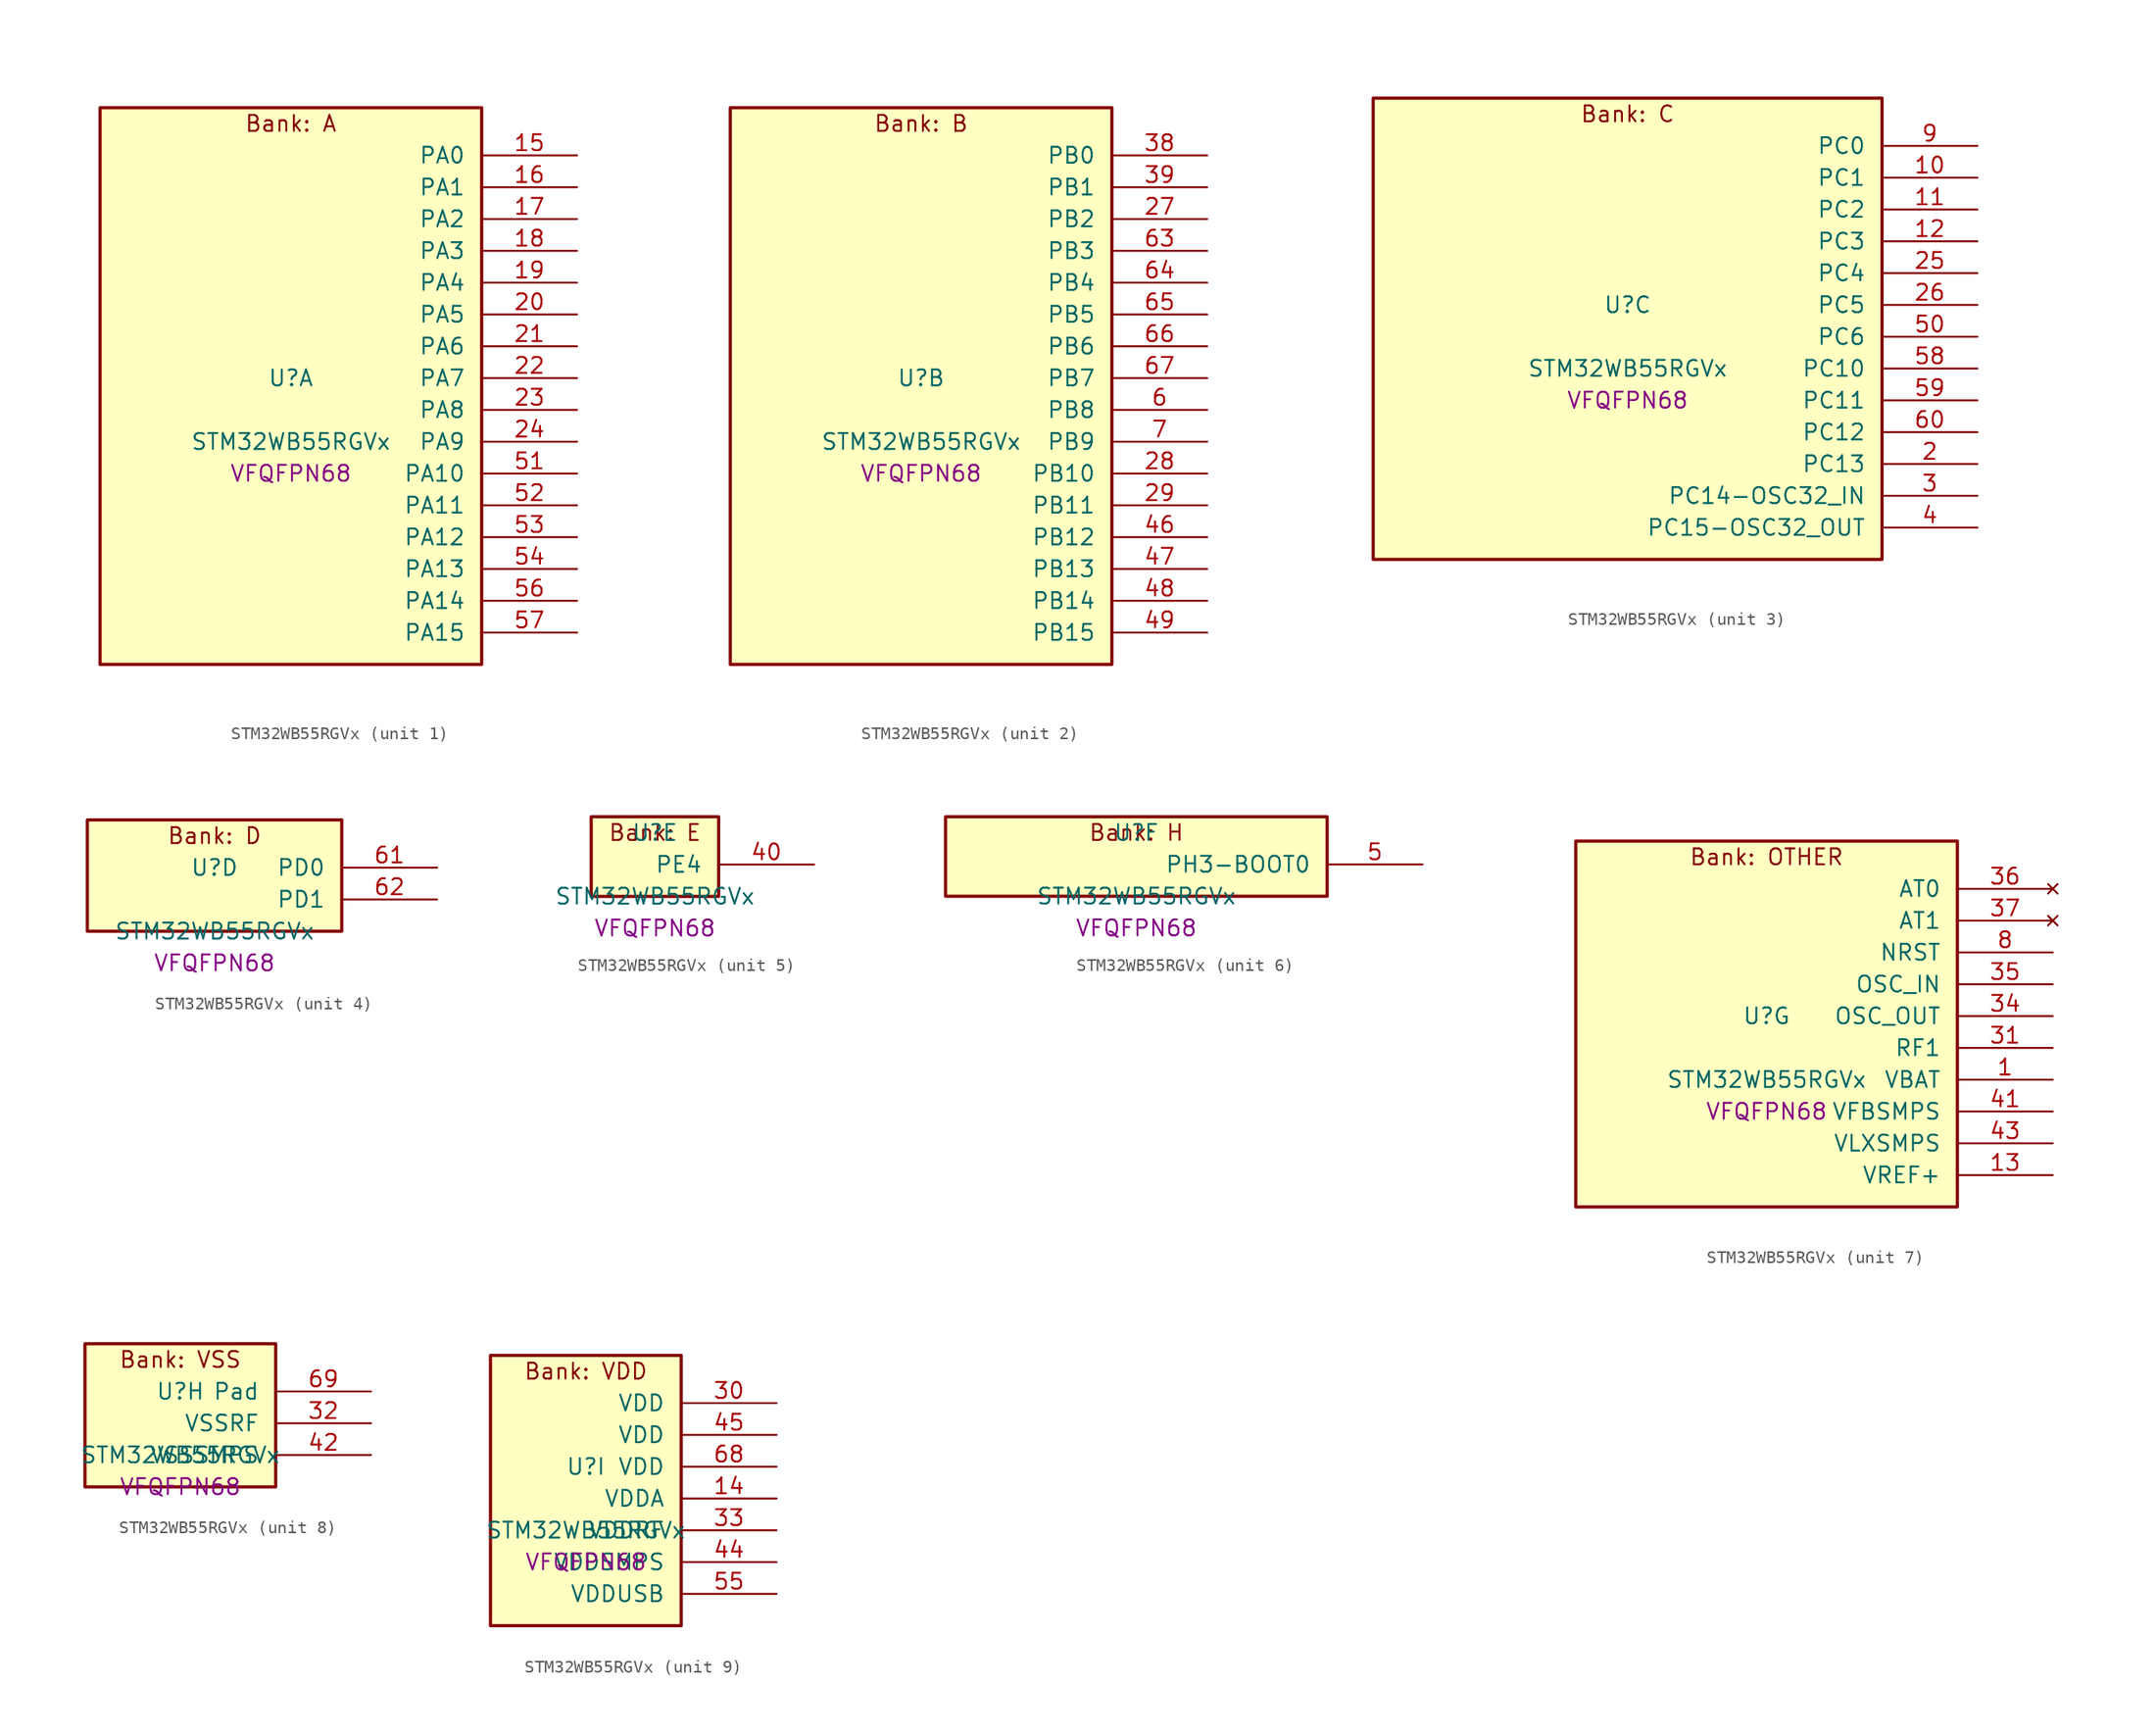
<source format=kicad_sym>
(kicad_symbol_lib
  (version 20241209)
  (generator "stm32_pkl_generator")
  (generator_version "1.0")
  (symbol "STM32WB55RGVx"
    (pin_names
      (offset 1.27))
    (property "Reference" "U"
      (at 0 2.54 0))
    (property "Value" "STM32WB55RGVx"
      (at 0 -2.54 0))
    (property "Footprint" "VFQFPN68"
      (at 0 -5.08 0))
    (symbol "STM32WB55RGVx_1_1"
      (rectangle (start -15.24 24.13) (end 15.24 -20.32) (stroke (width 0.254) (type solid)) (fill (type background)))
      (text "Bank: A" (at 0 22.86 0))
      (pin bidirectional line (at 22.86 20.32 180) (length 7.62) (name "PA0") (number "15") (alternate "PA0/ADC1_IN5" bidirectional line) (alternate "PA0/COMP1_INM" bidirectional line) (alternate "PA0/COMP1_OUT" bidirectional line) (alternate "PA0/RTC_TAMP2" bidirectional line) (alternate "PA0/SAI1_EXTCLK" bidirectional line) (alternate "PA0/SYS_WKUP1" bidirectional line) (alternate "PA0/TIM2_CH1" bidirectional line) (alternate "PA0/TIM2_ETR" bidirectional line))
      (pin bidirectional line (at 22.86 17.78 180) (length 7.62) (name "PA1") (number "16") (alternate "PA1/ADC1_IN6" bidirectional line) (alternate "PA1/COMP1_INP" bidirectional line) (alternate "PA1/I2C1_SMBA" bidirectional line) (alternate "PA1/LCD_SEG0" bidirectional line) (alternate "PA1/SPI1_SCK" bidirectional line) (alternate "PA1/TIM2_CH2" bidirectional line))
      (pin bidirectional line (at 22.86 15.24 180) (length 7.62) (name "PA2") (number "17") (alternate "PA2/ADC1_IN7" bidirectional line) (alternate "PA2/COMP2_INM" bidirectional line) (alternate "PA2/COMP2_OUT" bidirectional line) (alternate "PA2/LCD_SEG1" bidirectional line) (alternate "PA2/LPUART1_TX" bidirectional line) (alternate "PA2/QUADSPI_BK1_NCS" bidirectional line) (alternate "PA2/RCC_LSCO" bidirectional line) (alternate "PA2/SYS_WKUP4" bidirectional line) (alternate "PA2/TIM2_CH3" bidirectional line))
      (pin bidirectional line (at 22.86 12.7 180) (length 7.62) (name "PA3") (number "18") (alternate "PA3/ADC1_IN8" bidirectional line) (alternate "PA3/COMP2_INP" bidirectional line) (alternate "PA3/LCD_SEG2" bidirectional line) (alternate "PA3/LPUART1_RX" bidirectional line) (alternate "PA3/QUADSPI_CLK" bidirectional line) (alternate "PA3/SAI1_CK1" bidirectional line) (alternate "PA3/SAI1_MCLK_A" bidirectional line) (alternate "PA3/TIM2_CH4" bidirectional line))
      (pin bidirectional line (at 22.86 10.16 180) (length 7.62) (name "PA4") (number "19") (alternate "PA4/ADC1_IN9" bidirectional line) (alternate "PA4/COMP1_INM" bidirectional line) (alternate "PA4/COMP2_INM" bidirectional line) (alternate "PA4/LCD_SEG5" bidirectional line) (alternate "PA4/LPTIM2_OUT" bidirectional line) (alternate "PA4/SAI1_FS_B" bidirectional line) (alternate "PA4/SPI1_NSS" bidirectional line))
      (pin bidirectional line (at 22.86 7.62 180) (length 7.62) (name "PA5") (number "20") (alternate "PA5/ADC1_IN10" bidirectional line) (alternate "PA5/COMP1_INM" bidirectional line) (alternate "PA5/COMP2_INM" bidirectional line) (alternate "PA5/LPTIM2_ETR" bidirectional line) (alternate "PA5/SAI1_SD_B" bidirectional line) (alternate "PA5/SPI1_SCK" bidirectional line) (alternate "PA5/TIM2_CH1" bidirectional line) (alternate "PA5/TIM2_ETR" bidirectional line))
      (pin bidirectional line (at 22.86 5.08 180) (length 7.62) (name "PA6") (number "21") (alternate "PA6/ADC1_IN11" bidirectional line) (alternate "PA6/LCD_SEG3" bidirectional line) (alternate "PA6/LPUART1_CTS" bidirectional line) (alternate "PA6/QUADSPI_BK1_IO3" bidirectional line) (alternate "PA6/SPI1_MISO" bidirectional line) (alternate "PA6/TIM16_CH1" bidirectional line) (alternate "PA6/TIM1_BKIN" bidirectional line))
      (pin bidirectional line (at 22.86 2.54 180) (length 7.62) (name "PA7") (number "22") (alternate "PA7/ADC1_IN12" bidirectional line) (alternate "PA7/COMP2_OUT" bidirectional line) (alternate "PA7/I2C3_SCL" bidirectional line) (alternate "PA7/LCD_SEG4" bidirectional line) (alternate "PA7/QUADSPI_BK1_IO2" bidirectional line) (alternate "PA7/SPI1_MOSI" bidirectional line) (alternate "PA7/TIM17_CH1" bidirectional line) (alternate "PA7/TIM1_CH1N" bidirectional line))
      (pin bidirectional line (at 22.86 0 180) (length 7.62) (name "PA8") (number "23") (alternate "PA8/ADC1_IN15" bidirectional line) (alternate "PA8/LCD_COM0" bidirectional line) (alternate "PA8/LPTIM2_OUT" bidirectional line) (alternate "PA8/RCC_MCO" bidirectional line) (alternate "PA8/SAI1_CK2" bidirectional line) (alternate "PA8/SAI1_SCK_A" bidirectional line) (alternate "PA8/TIM1_CH1" bidirectional line) (alternate "PA8/USART1_CK" bidirectional line))
      (pin bidirectional line (at 22.86 -2.54 180) (length 7.62) (name "PA9") (number "24") (alternate "PA9/ADC1_IN16" bidirectional line) (alternate "PA9/COMP1_INM" bidirectional line) (alternate "PA9/I2C1_SCL" bidirectional line) (alternate "PA9/LCD_COM1" bidirectional line) (alternate "PA9/SAI1_D2" bidirectional line) (alternate "PA9/SAI1_FS_A" bidirectional line) (alternate "PA9/SPI2_SCK" bidirectional line) (alternate "PA9/TIM1_CH2" bidirectional line) (alternate "PA9/USART1_TX" bidirectional line))
      (pin bidirectional line (at 22.86 -5.08 180) (length 7.62) (name "PA10") (number "51") (alternate "PA10/CRS_SYNC" bidirectional line) (alternate "PA10/I2C1_SDA" bidirectional line) (alternate "PA10/LCD_COM2" bidirectional line) (alternate "PA10/SAI1_D1" bidirectional line) (alternate "PA10/SAI1_SD_A" bidirectional line) (alternate "PA10/TIM17_BKIN" bidirectional line) (alternate "PA10/TIM1_CH3" bidirectional line) (alternate "PA10/USART1_RX" bidirectional line))
      (pin bidirectional line (at 22.86 -7.62 180) (length 7.62) (name "PA11") (number "52") (alternate "PA11/ADC1_EXTI11" bidirectional line) (alternate "PA11/SPI1_MISO" bidirectional line) (alternate "PA11/TIM1_BKIN2" bidirectional line) (alternate "PA11/TIM1_CH4" bidirectional line) (alternate "PA11/USART1_CTS" bidirectional line) (alternate "PA11/USART1_NSS" bidirectional line) (alternate "PA11/USB_DM" bidirectional line))
      (pin bidirectional line (at 22.86 -10.16 180) (length 7.62) (name "PA12") (number "53") (alternate "PA12/LPUART1_RX" bidirectional line) (alternate "PA12/SPI1_MOSI" bidirectional line) (alternate "PA12/TIM1_ETR" bidirectional line) (alternate "PA12/USART1_DE" bidirectional line) (alternate "PA12/USART1_RTS" bidirectional line) (alternate "PA12/USB_DP" bidirectional line))
      (pin bidirectional line (at 22.86 -12.7 180) (length 7.62) (name "PA13") (number "54") (alternate "PA13/IR_OUT" bidirectional line) (alternate "PA13/SAI1_SD_B" bidirectional line) (alternate "PA13/SYS_JTMS-SWDIO" bidirectional line) (alternate "PA13/USB_NOE" bidirectional line))
      (pin bidirectional line (at 22.86 -15.24 180) (length 7.62) (name "PA14") (number "56") (alternate "PA14/I2C1_SMBA" bidirectional line) (alternate "PA14/LCD_SEG5" bidirectional line) (alternate "PA14/LPTIM1_OUT" bidirectional line) (alternate "PA14/SAI1_FS_B" bidirectional line) (alternate "PA14/SYS_JTCK-SWCLK" bidirectional line))
      (pin bidirectional line (at 22.86 -17.78 180) (length 7.62) (name "PA15") (number "57") (alternate "PA15/ADC1_EXTI15" bidirectional line) (alternate "PA15/LCD_SEG17" bidirectional line) (alternate "PA15/RCC_MCO" bidirectional line) (alternate "PA15/SPI1_NSS" bidirectional line) (alternate "PA15/SYS_JTDI" bidirectional line) (alternate "PA15/TIM2_CH1" bidirectional line) (alternate "PA15/TIM2_ETR" bidirectional line) (alternate "PA15/TSC_G3_IO1" bidirectional line)))
    (symbol "STM32WB55RGVx_2_1"
      (rectangle (start -15.24 24.13) (end 15.24 -20.32) (stroke (width 0.254) (type solid)) (fill (type background)))
      (text "Bank: B" (at 0 22.86 0))
      (pin bidirectional line (at 22.86 20.32 180) (length 7.62) (name "PB0") (number "38") (alternate "PB0/COMP1_OUT" bidirectional line) (alternate "PB0/RF_TX_MOD_EXT_PA" bidirectional line))
      (pin bidirectional line (at 22.86 17.78 180) (length 7.62) (name "PB1") (number "39") (alternate "PB1/LPTIM2_IN1" bidirectional line) (alternate "PB1/LPUART1_DE" bidirectional line) (alternate "PB1/LPUART1_RTS" bidirectional line))
      (pin bidirectional line (at 22.86 15.24 180) (length 7.62) (name "PB2") (number "27") (alternate "PB2/COMP1_INP" bidirectional line) (alternate "PB2/I2C3_SMBA" bidirectional line) (alternate "PB2/LCD_VLCD" bidirectional line) (alternate "PB2/LPTIM1_OUT" bidirectional line) (alternate "PB2/RTC_OUT2" bidirectional line) (alternate "PB2/SAI1_EXTCLK" bidirectional line) (alternate "PB2/SPI1_NSS" bidirectional line))
      (pin bidirectional line (at 22.86 12.7 180) (length 7.62) (name "PB3") (number "63") (alternate "PB3/COMP2_INM" bidirectional line) (alternate "PB3/LCD_SEG7" bidirectional line) (alternate "PB3/SAI1_SCK_B" bidirectional line) (alternate "PB3/SPI1_SCK" bidirectional line) (alternate "PB3/SYS_JTDO-SWO" bidirectional line) (alternate "PB3/TIM2_CH2" bidirectional line) (alternate "PB3/USART1_DE" bidirectional line) (alternate "PB3/USART1_RTS" bidirectional line))
      (pin bidirectional line (at 22.86 10.16 180) (length 7.62) (name "PB4") (number "64") (alternate "PB4/COMP2_INP" bidirectional line) (alternate "PB4/I2C3_SDA" bidirectional line) (alternate "PB4/LCD_SEG8" bidirectional line) (alternate "PB4/SAI1_MCLK_B" bidirectional line) (alternate "PB4/SPI1_MISO" bidirectional line) (alternate "PB4/SYS_JTRST" bidirectional line) (alternate "PB4/TIM17_BKIN" bidirectional line) (alternate "PB4/TSC_G2_IO1" bidirectional line) (alternate "PB4/USART1_CTS" bidirectional line) (alternate "PB4/USART1_NSS" bidirectional line))
      (pin bidirectional line (at 22.86 7.62 180) (length 7.62) (name "PB5") (number "65") (alternate "PB5/COMP2_OUT" bidirectional line) (alternate "PB5/I2C1_SMBA" bidirectional line) (alternate "PB5/LCD_SEG9" bidirectional line) (alternate "PB5/LPTIM1_IN1" bidirectional line) (alternate "PB5/LPUART1_TX" bidirectional line) (alternate "PB5/SAI1_SD_B" bidirectional line) (alternate "PB5/SPI1_MOSI" bidirectional line) (alternate "PB5/TIM16_BKIN" bidirectional line) (alternate "PB5/TSC_G2_IO2" bidirectional line) (alternate "PB5/USART1_CK" bidirectional line))
      (pin bidirectional line (at 22.86 5.08 180) (length 7.62) (name "PB6") (number "66") (alternate "PB6/COMP2_INP" bidirectional line) (alternate "PB6/I2C1_SCL" bidirectional line) (alternate "PB6/LCD_SEG6" bidirectional line) (alternate "PB6/LPTIM1_ETR" bidirectional line) (alternate "PB6/RCC_MCO" bidirectional line) (alternate "PB6/SAI1_FS_B" bidirectional line) (alternate "PB6/TIM16_CH1N" bidirectional line) (alternate "PB6/TSC_G2_IO3" bidirectional line) (alternate "PB6/USART1_TX" bidirectional line))
      (pin bidirectional line (at 22.86 2.54 180) (length 7.62) (name "PB7") (number "67") (alternate "PB7/COMP2_INM" bidirectional line) (alternate "PB7/I2C1_SDA" bidirectional line) (alternate "PB7/LCD_SEG21" bidirectional line) (alternate "PB7/LPTIM1_IN2" bidirectional line) (alternate "PB7/SYS_PVD_IN" bidirectional line) (alternate "PB7/TIM17_CH1N" bidirectional line) (alternate "PB7/TIM1_BKIN" bidirectional line) (alternate "PB7/TSC_G2_IO4" bidirectional line) (alternate "PB7/USART1_RX" bidirectional line))
      (pin bidirectional line (at 22.86 0 180) (length 7.62) (name "PB8") (number "6") (alternate "PB8/I2C1_SCL" bidirectional line) (alternate "PB8/LCD_SEG16" bidirectional line) (alternate "PB8/QUADSPI_BK1_IO1" bidirectional line) (alternate "PB8/SAI1_CK1" bidirectional line) (alternate "PB8/SAI1_MCLK_A" bidirectional line) (alternate "PB8/TIM16_CH1" bidirectional line) (alternate "PB8/TIM1_CH2N" bidirectional line))
      (pin bidirectional line (at 22.86 -2.54 180) (length 7.62) (name "PB9") (number "7") (alternate "PB9/I2C1_SDA" bidirectional line) (alternate "PB9/IR_OUT" bidirectional line) (alternate "PB9/LCD_COM3" bidirectional line) (alternate "PB9/QUADSPI_BK1_IO0" bidirectional line) (alternate "PB9/SAI1_D2" bidirectional line) (alternate "PB9/SAI1_FS_A" bidirectional line) (alternate "PB9/SPI2_NSS" bidirectional line) (alternate "PB9/TIM17_CH1" bidirectional line) (alternate "PB9/TIM1_CH3N" bidirectional line))
      (pin bidirectional line (at 22.86 -5.08 180) (length 7.62) (name "PB10") (number "28") (alternate "PB10/COMP1_OUT" bidirectional line) (alternate "PB10/I2C3_SCL" bidirectional line) (alternate "PB10/LCD_SEG10" bidirectional line) (alternate "PB10/LPUART1_RX" bidirectional line) (alternate "PB10/QUADSPI_CLK" bidirectional line) (alternate "PB10/SAI1_SCK_A" bidirectional line) (alternate "PB10/SPI2_SCK" bidirectional line) (alternate "PB10/TIM2_CH3" bidirectional line) (alternate "PB10/TSC_SYNC" bidirectional line))
      (pin bidirectional line (at 22.86 -7.62 180) (length 7.62) (name "PB11") (number "29") (alternate "PB11/ADC1_EXTI11" bidirectional line) (alternate "PB11/COMP2_OUT" bidirectional line) (alternate "PB11/I2C3_SDA" bidirectional line) (alternate "PB11/LCD_SEG11" bidirectional line) (alternate "PB11/LPUART1_TX" bidirectional line) (alternate "PB11/QUADSPI_BK1_NCS" bidirectional line) (alternate "PB11/TIM2_CH4" bidirectional line))
      (pin bidirectional line (at 22.86 -10.16 180) (length 7.62) (name "PB12") (number "46") (alternate "PB12/I2C3_SMBA" bidirectional line) (alternate "PB12/LCD_SEG12" bidirectional line) (alternate "PB12/LPUART1_DE" bidirectional line) (alternate "PB12/LPUART1_RTS" bidirectional line) (alternate "PB12/SAI1_FS_A" bidirectional line) (alternate "PB12/SPI2_NSS" bidirectional line) (alternate "PB12/TIM1_BKIN" bidirectional line) (alternate "PB12/TSC_G1_IO1" bidirectional line))
      (pin bidirectional line (at 22.86 -12.7 180) (length 7.62) (name "PB13") (number "47") (alternate "PB13/I2C3_SCL" bidirectional line) (alternate "PB13/LCD_SEG13" bidirectional line) (alternate "PB13/LPUART1_CTS" bidirectional line) (alternate "PB13/SAI1_SCK_A" bidirectional line) (alternate "PB13/SPI2_SCK" bidirectional line) (alternate "PB13/TIM1_CH1N" bidirectional line) (alternate "PB13/TSC_G1_IO2" bidirectional line))
      (pin bidirectional line (at 22.86 -15.24 180) (length 7.62) (name "PB14") (number "48") (alternate "PB14/I2C3_SDA" bidirectional line) (alternate "PB14/LCD_SEG14" bidirectional line) (alternate "PB14/SAI1_MCLK_A" bidirectional line) (alternate "PB14/SPI2_MISO" bidirectional line) (alternate "PB14/TIM1_CH2N" bidirectional line) (alternate "PB14/TSC_G1_IO3" bidirectional line))
      (pin bidirectional line (at 22.86 -17.78 180) (length 7.62) (name "PB15") (number "49") (alternate "PB15/ADC1_EXTI15" bidirectional line) (alternate "PB15/LCD_SEG15" bidirectional line) (alternate "PB15/RTC_REFIN" bidirectional line) (alternate "PB15/SAI1_SD_A" bidirectional line) (alternate "PB15/SPI2_MOSI" bidirectional line) (alternate "PB15/TIM1_CH3N" bidirectional line) (alternate "PB15/TSC_G1_IO4" bidirectional line)))
    (symbol "STM32WB55RGVx_3_1"
      (rectangle (start -20.32 19.05) (end 20.32 -17.78) (stroke (width 0.254) (type solid)) (fill (type background)))
      (text "Bank: C" (at 0 17.78 0))
      (pin bidirectional line (at 27.94 15.24 180) (length 7.62) (name "PC0") (number "9") (alternate "PC0/ADC1_IN1" bidirectional line) (alternate "PC0/I2C3_SCL" bidirectional line) (alternate "PC0/LCD_SEG18" bidirectional line) (alternate "PC0/LPTIM1_IN1" bidirectional line) (alternate "PC0/LPTIM2_IN1" bidirectional line) (alternate "PC0/LPUART1_RX" bidirectional line))
      (pin bidirectional line (at 27.94 12.7 180) (length 7.62) (name "PC1") (number "10") (alternate "PC1/ADC1_IN2" bidirectional line) (alternate "PC1/I2C3_SDA" bidirectional line) (alternate "PC1/LCD_SEG19" bidirectional line) (alternate "PC1/LPTIM1_OUT" bidirectional line) (alternate "PC1/LPUART1_TX" bidirectional line) (alternate "PC1/SPI2_MOSI" bidirectional line))
      (pin bidirectional line (at 27.94 10.16 180) (length 7.62) (name "PC2") (number "11") (alternate "PC2/ADC1_IN3" bidirectional line) (alternate "PC2/LCD_SEG20" bidirectional line) (alternate "PC2/LPTIM1_IN2" bidirectional line) (alternate "PC2/SPI2_MISO" bidirectional line))
      (pin bidirectional line (at 27.94 7.62 180) (length 7.62) (name "PC3") (number "12") (alternate "PC3/ADC1_IN4" bidirectional line) (alternate "PC3/LCD_VLCD" bidirectional line) (alternate "PC3/LPTIM1_ETR" bidirectional line) (alternate "PC3/LPTIM2_ETR" bidirectional line) (alternate "PC3/SAI1_D1" bidirectional line) (alternate "PC3/SAI1_SD_A" bidirectional line) (alternate "PC3/SPI2_MOSI" bidirectional line))
      (pin bidirectional line (at 27.94 5.08 180) (length 7.62) (name "PC4") (number "25") (alternate "PC4/ADC1_IN13" bidirectional line) (alternate "PC4/COMP1_INM" bidirectional line) (alternate "PC4/LCD_SEG22" bidirectional line))
      (pin bidirectional line (at 27.94 2.54 180) (length 7.62) (name "PC5") (number "26") (alternate "PC5/ADC1_IN14" bidirectional line) (alternate "PC5/COMP1_INP" bidirectional line) (alternate "PC5/LCD_SEG23" bidirectional line) (alternate "PC5/SAI1_D3" bidirectional line) (alternate "PC5/SYS_WKUP5" bidirectional line))
      (pin bidirectional line (at 27.94 0 180) (length 7.62) (name "PC6") (number "50") (alternate "PC6/LCD_SEG24" bidirectional line))
      (pin bidirectional line (at 27.94 -2.54 180) (length 7.62) (name "PC10") (number "58") (alternate "PC10/LCD_COM4" bidirectional line) (alternate "PC10/LCD_SEG28" bidirectional line) (alternate "PC10/LCD_SEG40" bidirectional line) (alternate "PC10/SYS_TRACED1" bidirectional line) (alternate "PC10/TSC_G3_IO2" bidirectional line))
      (pin bidirectional line (at 27.94 -5.08 180) (length 7.62) (name "PC11") (number "59") (alternate "PC11/ADC1_EXTI11" bidirectional line) (alternate "PC11/LCD_COM5" bidirectional line) (alternate "PC11/LCD_SEG29" bidirectional line) (alternate "PC11/LCD_SEG41" bidirectional line) (alternate "PC11/TSC_G3_IO3" bidirectional line))
      (pin bidirectional line (at 27.94 -7.62 180) (length 7.62) (name "PC12") (number "60") (alternate "PC12/LCD_COM6" bidirectional line) (alternate "PC12/LCD_SEG30" bidirectional line) (alternate "PC12/LCD_SEG42" bidirectional line) (alternate "PC12/RCC_LSCO" bidirectional line) (alternate "PC12/RTC_TAMP3" bidirectional line) (alternate "PC12/SYS_TRACED3" bidirectional line) (alternate "PC12/SYS_WKUP3" bidirectional line) (alternate "PC12/TSC_G3_IO4" bidirectional line))
      (pin bidirectional line (at 27.94 -10.16 180) (length 7.62) (name "PC13") (number "2") (alternate "PC13/RTC_OUT1" bidirectional line) (alternate "PC13/RTC_TAMP1" bidirectional line) (alternate "PC13/RTC_TS" bidirectional line) (alternate "PC13/SYS_WKUP2" bidirectional line))
      (pin bidirectional line (at 27.94 -12.7 180) (length 7.62) (name "PC14-OSC32_IN") (number "3") (alternate "PC14-OSC32_IN/RCC_OSC32_IN" bidirectional line))
      (pin bidirectional line (at 27.94 -15.24 180) (length 7.62) (name "PC15-OSC32_OUT") (number "4") (alternate "PC15-OSC32_OUT/ADC1_EXTI15" bidirectional line) (alternate "PC15-OSC32_OUT/RCC_OSC32_OUT" bidirectional line)))
    (symbol "STM32WB55RGVx_4_1"
      (rectangle (start -10.16 6.35) (end 10.16 -2.54) (stroke (width 0.254) (type solid)) (fill (type background)))
      (text "Bank: D" (at 0 5.08 0))
      (pin bidirectional line (at 17.78 2.54 180) (length 7.62) (name "PD0") (number "61") (alternate "PD0/SPI2_NSS" bidirectional line))
      (pin bidirectional line (at 17.78 0 180) (length 7.62) (name "PD1") (number "62") (alternate "PD1/SPI2_SCK" bidirectional line)))
    (symbol "STM32WB55RGVx_5_1"
      (rectangle (start -5.08 3.81) (end 5.08 -2.54) (stroke (width 0.254) (type solid)) (fill (type background)))
      (text "Bank: E" (at 0 2.54 0))
      (pin bidirectional line (at 12.7 0 180) (length 7.62) (name "PE4") (number "40")))
    (symbol "STM32WB55RGVx_6_1"
      (rectangle (start -15.24 3.81) (end 15.24 -2.54) (stroke (width 0.254) (type solid)) (fill (type background)))
      (text "Bank: H" (at 0 2.54 0))
      (pin bidirectional line (at 22.86 0 180) (length 7.62) (name "PH3-BOOT0") (number "5") (alternate "PH3-BOOT0/RCC_LSCO" bidirectional line)))
    (symbol "STM32WB55RGVx_7_1"
      (rectangle (start -15.24 16.51) (end 15.24 -12.7) (stroke (width 0.254) (type solid)) (fill (type background)))
      (text "Bank: OTHER" (at 0 15.24 0))
      (pin no_connect line (at 22.86 12.7 180) (length 7.62) (name "AT0") (number "36"))
      (pin no_connect line (at 22.86 10.16 180) (length 7.62) (name "AT1") (number "37"))
      (pin input line (at 22.86 7.62 180) (length 7.62) (name "NRST") (number "8"))
      (pin bidirectional line (at 22.86 5.08 180) (length 7.62) (name "OSC_IN") (number "35") (alternate "OSC_IN/RCC_OSC_IN" bidirectional line))
      (pin bidirectional line (at 22.86 2.54 180) (length 7.62) (name "OSC_OUT") (number "34") (alternate "OSC_OUT/RCC_OSC_OUT" bidirectional line))
      (pin bidirectional line (at 22.86 0 180) (length 7.62) (name "RF1") (number "31") (alternate "RF1/RF_RF1" bidirectional line))
      (pin power_in line (at 22.86 -2.54 180) (length 7.62) (name "VBAT") (number "1"))
      (pin power_in line (at 22.86 -5.08 180) (length 7.62) (name "VFBSMPS") (number "41"))
      (pin power_in line (at 22.86 -7.62 180) (length 7.62) (name "VLXSMPS") (number "43"))
      (pin bidirectional line (at 22.86 -10.16 180) (length 7.62) (name "VREF+") (number "13") (alternate "VREF+/VREFBUF_OUT" bidirectional line)))
    (symbol "STM32WB55RGVx_8_1"
      (rectangle (start -7.62 6.35) (end 7.62 -5.08) (stroke (width 0.254) (type solid)) (fill (type background)))
      (text "Bank: VSS" (at 0 5.08 0))
      (pin passive line (at 15.24 2.54 180) (length 7.62) (name "Pad") (number "69"))
      (pin power_in line (at 15.24 0 180) (length 7.62) (name "VSSRF") (number "32"))
      (pin power_in line (at 15.24 -2.54 180) (length 7.62) (name "VSSSMPS") (number "42")))
    (symbol "STM32WB55RGVx_9_1"
      (rectangle (start -7.62 11.43) (end 7.62 -10.16) (stroke (width 0.254) (type solid)) (fill (type background)))
      (text "Bank: VDD" (at 0 10.16 0))
      (pin power_in line (at 15.24 7.62 180) (length 7.62) (name "VDD") (number "30"))
      (pin power_in line (at 15.24 5.08 180) (length 7.62) (name "VDD") (number "45"))
      (pin power_in line (at 15.24 2.54 180) (length 7.62) (name "VDD") (number "68"))
      (pin power_in line (at 15.24 0 180) (length 7.62) (name "VDDA") (number "14"))
      (pin power_in line (at 15.24 -2.54 180) (length 7.62) (name "VDDRF") (number "33"))
      (pin power_in line (at 15.24 -5.08 180) (length 7.62) (name "VDDSMPS") (number "44"))
      (pin power_in line (at 15.24 -7.62 180) (length 7.62) (name "VDDUSB") (number "55")))))
</source>
